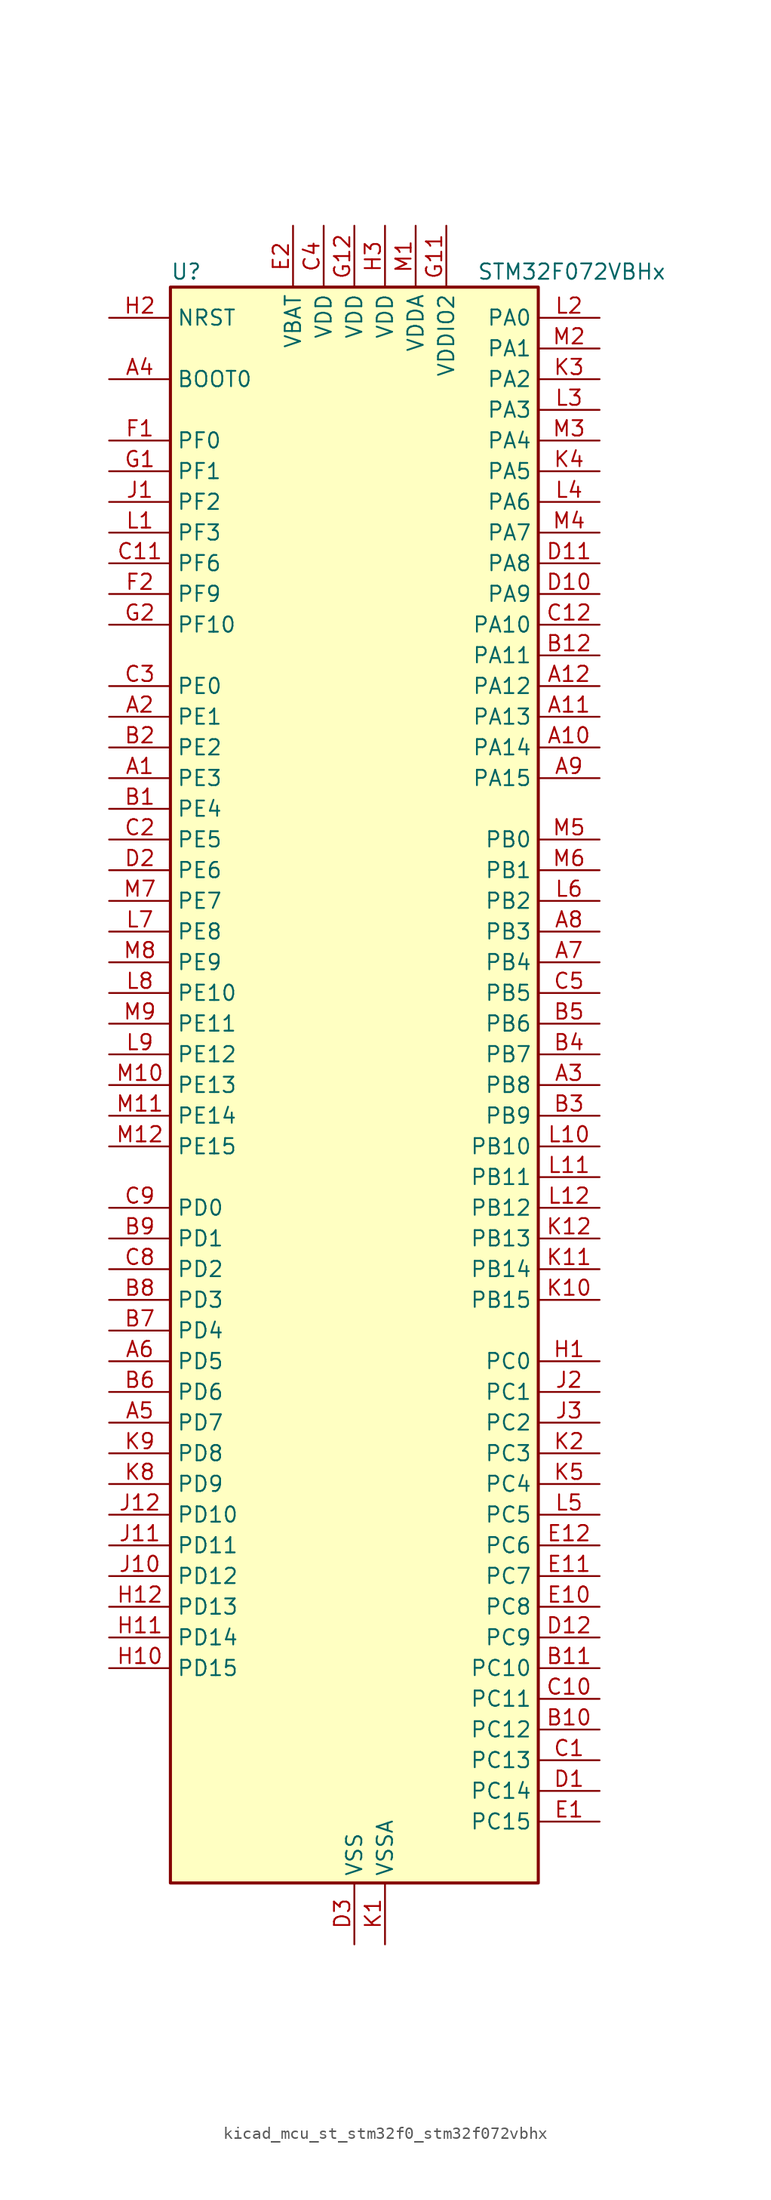
<source format=kicad_sym>
(kicad_symbol_lib
  (version 20220914)
  (generator kicad_symbol_editor)
  (symbol "kicad_mcu_st_stm32f0_stm32f072vbhx"
    (property "Reference" "U"
      (at -15.24 67.31 0)
      (effects (font (size 1.27 1.27)) (justify left)))
    (property "Value" "STM32F072VBHx"
      (at 10.16 67.31 0)
      (effects (font (size 1.27 1.27)) (justify left)))
    (property "ki_locked" ""
      (at 0 0 0)
      (effects (font (size 1.27 1.27))))
    (symbol "kicad_mcu_st_stm32f0_stm32f072vbhx_0_1"
      (rectangle (start -15.24 -66.04) (end 15.24 66.04) (stroke (width 0.254) (type default)) (fill (type background))))
    (symbol "kicad_mcu_st_stm32f0_stm32f072vbhx_1_1"
      (pin bidirectional line (at -20.32 25.4 0) (length 5.08) (name "PE3" (effects (font (size 1.27 1.27)))) (number "A1" (effects (font (size 1.27 1.27)))) (alternate "TIM3_CH1" bidirectional line) (alternate "TSC_G7_IO2" bidirectional line))
      (pin bidirectional line (at 20.32 27.94 180) (length 5.08) (name "PA14" (effects (font (size 1.27 1.27)))) (number "A10" (effects (font (size 1.27 1.27)))) (alternate "SYS_SWCLK" bidirectional line) (alternate "USART2_TX" bidirectional line))
      (pin bidirectional line (at 20.32 30.48 180) (length 5.08) (name "PA13" (effects (font (size 1.27 1.27)))) (number "A11" (effects (font (size 1.27 1.27)))) (alternate "IR_OUT" bidirectional line) (alternate "SYS_SWDIO" bidirectional line) (alternate "USB_NOE" bidirectional line))
      (pin bidirectional line (at 20.32 33.02 180) (length 5.08) (name "PA12" (effects (font (size 1.27 1.27)))) (number "A12" (effects (font (size 1.27 1.27)))) (alternate "CAN_TX" bidirectional line) (alternate "COMP2_OUT" bidirectional line) (alternate "TIM1_ETR" bidirectional line) (alternate "TSC_G4_IO4" bidirectional line) (alternate "USART1_DE" bidirectional line) (alternate "USART1_RTS" bidirectional line) (alternate "USB_DP" bidirectional line))
      (pin bidirectional line (at -20.32 30.48 0) (length 5.08) (name "PE1" (effects (font (size 1.27 1.27)))) (number "A2" (effects (font (size 1.27 1.27)))) (alternate "TIM17_CH1" bidirectional line))
      (pin bidirectional line (at 20.32 0 180) (length 5.08) (name "PB8" (effects (font (size 1.27 1.27)))) (number "A3" (effects (font (size 1.27 1.27)))) (alternate "CAN_RX" bidirectional line) (alternate "CEC" bidirectional line) (alternate "I2C1_SCL" bidirectional line) (alternate "TIM16_CH1" bidirectional line) (alternate "TSC_SYNC" bidirectional line))
      (pin input line (at -20.32 58.42 0) (length 5.08) (name "BOOT0" (effects (font (size 1.27 1.27)))) (number "A4" (effects (font (size 1.27 1.27)))))
      (pin bidirectional line (at -20.32 -27.94 0) (length 5.08) (name "PD7" (effects (font (size 1.27 1.27)))) (number "A5" (effects (font (size 1.27 1.27)))) (alternate "USART2_CK" bidirectional line))
      (pin bidirectional line (at -20.32 -22.86 0) (length 5.08) (name "PD5" (effects (font (size 1.27 1.27)))) (number "A6" (effects (font (size 1.27 1.27)))) (alternate "USART2_TX" bidirectional line))
      (pin bidirectional line (at 20.32 10.16 180) (length 5.08) (name "PB4" (effects (font (size 1.27 1.27)))) (number "A7" (effects (font (size 1.27 1.27)))) (alternate "I2S1_MCK" bidirectional line) (alternate "SPI1_MISO" bidirectional line) (alternate "TIM17_BKIN" bidirectional line) (alternate "TIM3_CH1" bidirectional line) (alternate "TSC_G5_IO2" bidirectional line))
      (pin bidirectional line (at 20.32 12.7 180) (length 5.08) (name "PB3" (effects (font (size 1.27 1.27)))) (number "A8" (effects (font (size 1.27 1.27)))) (alternate "I2S1_CK" bidirectional line) (alternate "SPI1_SCK" bidirectional line) (alternate "TIM2_CH2" bidirectional line) (alternate "TSC_G5_IO1" bidirectional line))
      (pin bidirectional line (at 20.32 25.4 180) (length 5.08) (name "PA15" (effects (font (size 1.27 1.27)))) (number "A9" (effects (font (size 1.27 1.27)))) (alternate "I2S1_WS" bidirectional line) (alternate "SPI1_NSS" bidirectional line) (alternate "TIM2_CH1" bidirectional line) (alternate "TIM2_ETR" bidirectional line) (alternate "USART2_RX" bidirectional line) (alternate "USART4_DE" bidirectional line) (alternate "USART4_RTS" bidirectional line))
      (pin bidirectional line (at -20.32 22.86 0) (length 5.08) (name "PE4" (effects (font (size 1.27 1.27)))) (number "B1" (effects (font (size 1.27 1.27)))) (alternate "TIM3_CH2" bidirectional line) (alternate "TSC_G7_IO3" bidirectional line))
      (pin bidirectional line (at 20.32 -53.34 180) (length 5.08) (name "PC12" (effects (font (size 1.27 1.27)))) (number "B10" (effects (font (size 1.27 1.27)))) (alternate "USART3_CK" bidirectional line) (alternate "USART4_CK" bidirectional line))
      (pin bidirectional line (at 20.32 -48.26 180) (length 5.08) (name "PC10" (effects (font (size 1.27 1.27)))) (number "B11" (effects (font (size 1.27 1.27)))) (alternate "USART3_TX" bidirectional line) (alternate "USART4_TX" bidirectional line))
      (pin bidirectional line (at 20.32 35.56 180) (length 5.08) (name "PA11" (effects (font (size 1.27 1.27)))) (number "B12" (effects (font (size 1.27 1.27)))) (alternate "CAN_RX" bidirectional line) (alternate "COMP1_OUT" bidirectional line) (alternate "TIM1_CH4" bidirectional line) (alternate "TSC_G4_IO3" bidirectional line) (alternate "USART1_CTS" bidirectional line) (alternate "USB_DM" bidirectional line))
      (pin bidirectional line (at -20.32 27.94 0) (length 5.08) (name "PE2" (effects (font (size 1.27 1.27)))) (number "B2" (effects (font (size 1.27 1.27)))) (alternate "TIM3_ETR" bidirectional line) (alternate "TSC_G7_IO1" bidirectional line))
      (pin bidirectional line (at 20.32 -2.54 180) (length 5.08) (name "PB9" (effects (font (size 1.27 1.27)))) (number "B3" (effects (font (size 1.27 1.27)))) (alternate "CAN_TX" bidirectional line) (alternate "DAC_EXTI9" bidirectional line) (alternate "I2C1_SDA" bidirectional line) (alternate "I2S2_WS" bidirectional line) (alternate "IR_OUT" bidirectional line) (alternate "SPI2_NSS" bidirectional line) (alternate "TIM17_CH1" bidirectional line))
      (pin bidirectional line (at 20.32 2.54 180) (length 5.08) (name "PB7" (effects (font (size 1.27 1.27)))) (number "B4" (effects (font (size 1.27 1.27)))) (alternate "I2C1_SDA" bidirectional line) (alternate "TIM17_CH1N" bidirectional line) (alternate "TSC_G5_IO4" bidirectional line) (alternate "USART1_RX" bidirectional line) (alternate "USART4_CTS" bidirectional line))
      (pin bidirectional line (at 20.32 5.08 180) (length 5.08) (name "PB6" (effects (font (size 1.27 1.27)))) (number "B5" (effects (font (size 1.27 1.27)))) (alternate "I2C1_SCL" bidirectional line) (alternate "TIM16_CH1N" bidirectional line) (alternate "TSC_G5_IO3" bidirectional line) (alternate "USART1_TX" bidirectional line))
      (pin bidirectional line (at -20.32 -25.4 0) (length 5.08) (name "PD6" (effects (font (size 1.27 1.27)))) (number "B6" (effects (font (size 1.27 1.27)))) (alternate "USART2_RX" bidirectional line))
      (pin bidirectional line (at -20.32 -20.32 0) (length 5.08) (name "PD4" (effects (font (size 1.27 1.27)))) (number "B7" (effects (font (size 1.27 1.27)))) (alternate "I2S2_SD" bidirectional line) (alternate "SPI2_MOSI" bidirectional line) (alternate "USART2_DE" bidirectional line) (alternate "USART2_RTS" bidirectional line))
      (pin bidirectional line (at -20.32 -17.78 0) (length 5.08) (name "PD3" (effects (font (size 1.27 1.27)))) (number "B8" (effects (font (size 1.27 1.27)))) (alternate "I2S2_MCK" bidirectional line) (alternate "SPI2_MISO" bidirectional line) (alternate "USART2_CTS" bidirectional line))
      (pin bidirectional line (at -20.32 -12.7 0) (length 5.08) (name "PD1" (effects (font (size 1.27 1.27)))) (number "B9" (effects (font (size 1.27 1.27)))) (alternate "CAN_TX" bidirectional line) (alternate "I2S2_CK" bidirectional line) (alternate "SPI2_SCK" bidirectional line))
      (pin bidirectional line (at 20.32 -55.88 180) (length 5.08) (name "PC13" (effects (font (size 1.27 1.27)))) (number "C1" (effects (font (size 1.27 1.27)))) (alternate "RTC_OUT_ALARM" bidirectional line) (alternate "RTC_OUT_CALIB" bidirectional line) (alternate "RTC_TAMP1" bidirectional line) (alternate "RTC_TS" bidirectional line) (alternate "SYS_WKUP2" bidirectional line))
      (pin bidirectional line (at 20.32 -50.8 180) (length 5.08) (name "PC11" (effects (font (size 1.27 1.27)))) (number "C10" (effects (font (size 1.27 1.27)))) (alternate "USART3_RX" bidirectional line) (alternate "USART4_RX" bidirectional line))
      (pin bidirectional line (at -20.32 43.18 0) (length 5.08) (name "PF6" (effects (font (size 1.27 1.27)))) (number "C11" (effects (font (size 1.27 1.27)))))
      (pin bidirectional line (at 20.32 38.1 180) (length 5.08) (name "PA10" (effects (font (size 1.27 1.27)))) (number "C12" (effects (font (size 1.27 1.27)))) (alternate "TIM17_BKIN" bidirectional line) (alternate "TIM1_CH3" bidirectional line) (alternate "TSC_G4_IO2" bidirectional line) (alternate "USART1_RX" bidirectional line))
      (pin bidirectional line (at -20.32 20.32 0) (length 5.08) (name "PE5" (effects (font (size 1.27 1.27)))) (number "C2" (effects (font (size 1.27 1.27)))) (alternate "TIM3_CH3" bidirectional line) (alternate "TSC_G7_IO4" bidirectional line))
      (pin bidirectional line (at -20.32 33.02 0) (length 5.08) (name "PE0" (effects (font (size 1.27 1.27)))) (number "C3" (effects (font (size 1.27 1.27)))) (alternate "TIM16_CH1" bidirectional line))
      (pin power_in line (at -2.54 71.12 270) (length 5.08) (name "VDD" (effects (font (size 1.27 1.27)))) (number "C4" (effects (font (size 1.27 1.27)))))
      (pin bidirectional line (at 20.32 7.62 180) (length 5.08) (name "PB5" (effects (font (size 1.27 1.27)))) (number "C5" (effects (font (size 1.27 1.27)))) (alternate "I2C1_SMBA" bidirectional line) (alternate "I2S1_SD" bidirectional line) (alternate "SPI1_MOSI" bidirectional line) (alternate "SYS_WKUP6" bidirectional line) (alternate "TIM16_BKIN" bidirectional line) (alternate "TIM3_CH2" bidirectional line))
      (pin bidirectional line (at -20.32 -15.24 0) (length 5.08) (name "PD2" (effects (font (size 1.27 1.27)))) (number "C8" (effects (font (size 1.27 1.27)))) (alternate "TIM3_ETR" bidirectional line) (alternate "USART3_DE" bidirectional line) (alternate "USART3_RTS" bidirectional line))
      (pin bidirectional line (at -20.32 -10.16 0) (length 5.08) (name "PD0" (effects (font (size 1.27 1.27)))) (number "C9" (effects (font (size 1.27 1.27)))) (alternate "CAN_RX" bidirectional line) (alternate "I2S2_WS" bidirectional line) (alternate "SPI2_NSS" bidirectional line))
      (pin bidirectional line (at 20.32 -58.42 180) (length 5.08) (name "PC14" (effects (font (size 1.27 1.27)))) (number "D1" (effects (font (size 1.27 1.27)))) (alternate "RCC_OSC32_IN" bidirectional line))
      (pin bidirectional line (at 20.32 40.64 180) (length 5.08) (name "PA9" (effects (font (size 1.27 1.27)))) (number "D10" (effects (font (size 1.27 1.27)))) (alternate "DAC_EXTI9" bidirectional line) (alternate "TIM15_BKIN" bidirectional line) (alternate "TIM1_CH2" bidirectional line) (alternate "TSC_G4_IO1" bidirectional line) (alternate "USART1_TX" bidirectional line))
      (pin bidirectional line (at 20.32 43.18 180) (length 5.08) (name "PA8" (effects (font (size 1.27 1.27)))) (number "D11" (effects (font (size 1.27 1.27)))) (alternate "CRS_SYNC" bidirectional line) (alternate "RCC_MCO" bidirectional line) (alternate "TIM1_CH1" bidirectional line) (alternate "USART1_CK" bidirectional line))
      (pin bidirectional line (at 20.32 -45.72 180) (length 5.08) (name "PC9" (effects (font (size 1.27 1.27)))) (number "D12" (effects (font (size 1.27 1.27)))) (alternate "DAC_EXTI9" bidirectional line) (alternate "TIM3_CH4" bidirectional line))
      (pin bidirectional line (at -20.32 17.78 0) (length 5.08) (name "PE6" (effects (font (size 1.27 1.27)))) (number "D2" (effects (font (size 1.27 1.27)))) (alternate "RTC_TAMP3" bidirectional line) (alternate "SYS_WKUP3" bidirectional line) (alternate "TIM3_CH4" bidirectional line))
      (pin power_in line (at 0 -71.12 90) (length 5.08) (name "VSS" (effects (font (size 1.27 1.27)))) (number "D3" (effects (font (size 1.27 1.27)))))
      (pin bidirectional line (at 20.32 -60.96 180) (length 5.08) (name "PC15" (effects (font (size 1.27 1.27)))) (number "E1" (effects (font (size 1.27 1.27)))) (alternate "RCC_OSC32_OUT" bidirectional line))
      (pin bidirectional line (at 20.32 -43.18 180) (length 5.08) (name "PC8" (effects (font (size 1.27 1.27)))) (number "E10" (effects (font (size 1.27 1.27)))) (alternate "TIM3_CH3" bidirectional line))
      (pin bidirectional line (at 20.32 -40.64 180) (length 5.08) (name "PC7" (effects (font (size 1.27 1.27)))) (number "E11" (effects (font (size 1.27 1.27)))) (alternate "TIM3_CH2" bidirectional line))
      (pin bidirectional line (at 20.32 -38.1 180) (length 5.08) (name "PC6" (effects (font (size 1.27 1.27)))) (number "E12" (effects (font (size 1.27 1.27)))) (alternate "TIM3_CH1" bidirectional line))
      (pin power_in line (at -5.08 71.12 270) (length 5.08) (name "VBAT" (effects (font (size 1.27 1.27)))) (number "E2" (effects (font (size 1.27 1.27)))))
      (pin no_connect line (at -15.24 -66.04 0) (length 5.08) hide (name "NC" (effects (font (size 1.27 1.27)))) (number "E3" (effects (font (size 1.27 1.27)))))
      (pin bidirectional line (at -20.32 53.34 0) (length 5.08) (name "PF0" (effects (font (size 1.27 1.27)))) (number "F1" (effects (font (size 1.27 1.27)))) (alternate "CRS_SYNC" bidirectional line) (alternate "RCC_OSC_IN" bidirectional line))
      (pin passive line (at 0 -71.12 90) (length 5.08) hide (name "VSS" (effects (font (size 1.27 1.27)))) (number "F11" (effects (font (size 1.27 1.27)))))
      (pin passive line (at 0 -71.12 90) (length 5.08) hide (name "VSS" (effects (font (size 1.27 1.27)))) (number "F12" (effects (font (size 1.27 1.27)))))
      (pin bidirectional line (at -20.32 40.64 0) (length 5.08) (name "PF9" (effects (font (size 1.27 1.27)))) (number "F2" (effects (font (size 1.27 1.27)))) (alternate "DAC_EXTI9" bidirectional line) (alternate "TIM15_CH1" bidirectional line))
      (pin bidirectional line (at -20.32 50.8 0) (length 5.08) (name "PF1" (effects (font (size 1.27 1.27)))) (number "G1" (effects (font (size 1.27 1.27)))) (alternate "RCC_OSC_OUT" bidirectional line))
      (pin power_in line (at 7.62 71.12 270) (length 5.08) (name "VDDIO2" (effects (font (size 1.27 1.27)))) (number "G11" (effects (font (size 1.27 1.27)))))
      (pin power_in line (at 0 71.12 270) (length 5.08) (name "VDD" (effects (font (size 1.27 1.27)))) (number "G12" (effects (font (size 1.27 1.27)))))
      (pin bidirectional line (at -20.32 38.1 0) (length 5.08) (name "PF10" (effects (font (size 1.27 1.27)))) (number "G2" (effects (font (size 1.27 1.27)))) (alternate "TIM15_CH2" bidirectional line))
      (pin bidirectional line (at 20.32 -22.86 180) (length 5.08) (name "PC0" (effects (font (size 1.27 1.27)))) (number "H1" (effects (font (size 1.27 1.27)))) (alternate "ADC_IN10" bidirectional line))
      (pin bidirectional line (at -20.32 -48.26 0) (length 5.08) (name "PD15" (effects (font (size 1.27 1.27)))) (number "H10" (effects (font (size 1.27 1.27)))) (alternate "CRS_SYNC" bidirectional line) (alternate "TSC_G8_IO4" bidirectional line))
      (pin bidirectional line (at -20.32 -45.72 0) (length 5.08) (name "PD14" (effects (font (size 1.27 1.27)))) (number "H11" (effects (font (size 1.27 1.27)))) (alternate "TSC_G8_IO3" bidirectional line))
      (pin bidirectional line (at -20.32 -43.18 0) (length 5.08) (name "PD13" (effects (font (size 1.27 1.27)))) (number "H12" (effects (font (size 1.27 1.27)))) (alternate "TSC_G8_IO2" bidirectional line))
      (pin input line (at -20.32 63.5 0) (length 5.08) (name "NRST" (effects (font (size 1.27 1.27)))) (number "H2" (effects (font (size 1.27 1.27)))))
      (pin power_in line (at 2.54 71.12 270) (length 5.08) (name "VDD" (effects (font (size 1.27 1.27)))) (number "H3" (effects (font (size 1.27 1.27)))))
      (pin bidirectional line (at -20.32 48.26 0) (length 5.08) (name "PF2" (effects (font (size 1.27 1.27)))) (number "J1" (effects (font (size 1.27 1.27)))) (alternate "SYS_WKUP8" bidirectional line))
      (pin bidirectional line (at -20.32 -40.64 0) (length 5.08) (name "PD12" (effects (font (size 1.27 1.27)))) (number "J10" (effects (font (size 1.27 1.27)))) (alternate "TSC_G8_IO1" bidirectional line) (alternate "USART3_DE" bidirectional line) (alternate "USART3_RTS" bidirectional line))
      (pin bidirectional line (at -20.32 -38.1 0) (length 5.08) (name "PD11" (effects (font (size 1.27 1.27)))) (number "J11" (effects (font (size 1.27 1.27)))) (alternate "USART3_CTS" bidirectional line))
      (pin bidirectional line (at -20.32 -35.56 0) (length 5.08) (name "PD10" (effects (font (size 1.27 1.27)))) (number "J12" (effects (font (size 1.27 1.27)))) (alternate "USART3_CK" bidirectional line))
      (pin bidirectional line (at 20.32 -25.4 180) (length 5.08) (name "PC1" (effects (font (size 1.27 1.27)))) (number "J2" (effects (font (size 1.27 1.27)))) (alternate "ADC_IN11" bidirectional line))
      (pin bidirectional line (at 20.32 -27.94 180) (length 5.08) (name "PC2" (effects (font (size 1.27 1.27)))) (number "J3" (effects (font (size 1.27 1.27)))) (alternate "ADC_IN12" bidirectional line) (alternate "I2S2_MCK" bidirectional line) (alternate "SPI2_MISO" bidirectional line))
      (pin power_in line (at 2.54 -71.12 90) (length 5.08) (name "VSSA" (effects (font (size 1.27 1.27)))) (number "K1" (effects (font (size 1.27 1.27)))))
      (pin bidirectional line (at 20.32 -17.78 180) (length 5.08) (name "PB15" (effects (font (size 1.27 1.27)))) (number "K10" (effects (font (size 1.27 1.27)))) (alternate "I2S2_SD" bidirectional line) (alternate "RTC_REFIN" bidirectional line) (alternate "SPI2_MOSI" bidirectional line) (alternate "SYS_WKUP7" bidirectional line) (alternate "TIM15_CH1N" bidirectional line) (alternate "TIM15_CH2" bidirectional line) (alternate "TIM1_CH3N" bidirectional line))
      (pin bidirectional line (at 20.32 -15.24 180) (length 5.08) (name "PB14" (effects (font (size 1.27 1.27)))) (number "K11" (effects (font (size 1.27 1.27)))) (alternate "I2C2_SDA" bidirectional line) (alternate "I2S2_MCK" bidirectional line) (alternate "SPI2_MISO" bidirectional line) (alternate "TIM15_CH1" bidirectional line) (alternate "TIM1_CH2N" bidirectional line) (alternate "TSC_G6_IO4" bidirectional line) (alternate "USART3_DE" bidirectional line) (alternate "USART3_RTS" bidirectional line))
      (pin bidirectional line (at 20.32 -12.7 180) (length 5.08) (name "PB13" (effects (font (size 1.27 1.27)))) (number "K12" (effects (font (size 1.27 1.27)))) (alternate "I2C2_SCL" bidirectional line) (alternate "I2S2_CK" bidirectional line) (alternate "SPI2_SCK" bidirectional line) (alternate "TIM1_CH1N" bidirectional line) (alternate "TSC_G6_IO3" bidirectional line) (alternate "USART3_CTS" bidirectional line))
      (pin bidirectional line (at 20.32 -30.48 180) (length 5.08) (name "PC3" (effects (font (size 1.27 1.27)))) (number "K2" (effects (font (size 1.27 1.27)))) (alternate "ADC_IN13" bidirectional line) (alternate "I2S2_SD" bidirectional line) (alternate "SPI2_MOSI" bidirectional line))
      (pin bidirectional line (at 20.32 58.42 180) (length 5.08) (name "PA2" (effects (font (size 1.27 1.27)))) (number "K3" (effects (font (size 1.27 1.27)))) (alternate "ADC_IN2" bidirectional line) (alternate "COMP2_INM" bidirectional line) (alternate "COMP2_OUT" bidirectional line) (alternate "SYS_WKUP4" bidirectional line) (alternate "TIM15_CH1" bidirectional line) (alternate "TIM2_CH3" bidirectional line) (alternate "TSC_G1_IO3" bidirectional line) (alternate "USART2_TX" bidirectional line))
      (pin bidirectional line (at 20.32 50.8 180) (length 5.08) (name "PA5" (effects (font (size 1.27 1.27)))) (number "K4" (effects (font (size 1.27 1.27)))) (alternate "ADC_IN5" bidirectional line) (alternate "CEC" bidirectional line) (alternate "COMP1_INM" bidirectional line) (alternate "COMP2_INM" bidirectional line) (alternate "DAC_OUT2" bidirectional line) (alternate "I2S1_CK" bidirectional line) (alternate "SPI1_SCK" bidirectional line) (alternate "TIM2_CH1" bidirectional line) (alternate "TIM2_ETR" bidirectional line) (alternate "TSC_G2_IO2" bidirectional line))
      (pin bidirectional line (at 20.32 -33.02 180) (length 5.08) (name "PC4" (effects (font (size 1.27 1.27)))) (number "K5" (effects (font (size 1.27 1.27)))) (alternate "ADC_IN14" bidirectional line) (alternate "USART3_TX" bidirectional line))
      (pin bidirectional line (at -20.32 -33.02 0) (length 5.08) (name "PD9" (effects (font (size 1.27 1.27)))) (number "K8" (effects (font (size 1.27 1.27)))) (alternate "DAC_EXTI9" bidirectional line) (alternate "USART3_RX" bidirectional line))
      (pin bidirectional line (at -20.32 -30.48 0) (length 5.08) (name "PD8" (effects (font (size 1.27 1.27)))) (number "K9" (effects (font (size 1.27 1.27)))) (alternate "USART3_TX" bidirectional line))
      (pin bidirectional line (at -20.32 45.72 0) (length 5.08) (name "PF3" (effects (font (size 1.27 1.27)))) (number "L1" (effects (font (size 1.27 1.27)))))
      (pin bidirectional line (at 20.32 -5.08 180) (length 5.08) (name "PB10" (effects (font (size 1.27 1.27)))) (number "L10" (effects (font (size 1.27 1.27)))) (alternate "CEC" bidirectional line) (alternate "I2C2_SCL" bidirectional line) (alternate "I2S2_CK" bidirectional line) (alternate "SPI2_SCK" bidirectional line) (alternate "TIM2_CH3" bidirectional line) (alternate "TSC_SYNC" bidirectional line) (alternate "USART3_TX" bidirectional line))
      (pin bidirectional line (at 20.32 -7.62 180) (length 5.08) (name "PB11" (effects (font (size 1.27 1.27)))) (number "L11" (effects (font (size 1.27 1.27)))) (alternate "I2C2_SDA" bidirectional line) (alternate "TIM2_CH4" bidirectional line) (alternate "TSC_G6_IO1" bidirectional line) (alternate "USART3_RX" bidirectional line))
      (pin bidirectional line (at 20.32 -10.16 180) (length 5.08) (name "PB12" (effects (font (size 1.27 1.27)))) (number "L12" (effects (font (size 1.27 1.27)))) (alternate "I2S2_WS" bidirectional line) (alternate "SPI2_NSS" bidirectional line) (alternate "TIM15_BKIN" bidirectional line) (alternate "TIM1_BKIN" bidirectional line) (alternate "TSC_G6_IO2" bidirectional line) (alternate "USART3_CK" bidirectional line))
      (pin bidirectional line (at 20.32 63.5 180) (length 5.08) (name "PA0" (effects (font (size 1.27 1.27)))) (number "L2" (effects (font (size 1.27 1.27)))) (alternate "ADC_IN0" bidirectional line) (alternate "COMP1_INM" bidirectional line) (alternate "COMP1_OUT" bidirectional line) (alternate "RTC_TAMP2" bidirectional line) (alternate "SYS_WKUP1" bidirectional line) (alternate "TIM2_CH1" bidirectional line) (alternate "TIM2_ETR" bidirectional line) (alternate "TSC_G1_IO1" bidirectional line) (alternate "USART2_CTS" bidirectional line) (alternate "USART4_TX" bidirectional line))
      (pin bidirectional line (at 20.32 55.88 180) (length 5.08) (name "PA3" (effects (font (size 1.27 1.27)))) (number "L3" (effects (font (size 1.27 1.27)))) (alternate "ADC_IN3" bidirectional line) (alternate "COMP2_INP" bidirectional line) (alternate "TIM15_CH2" bidirectional line) (alternate "TIM2_CH4" bidirectional line) (alternate "TSC_G1_IO4" bidirectional line) (alternate "USART2_RX" bidirectional line))
      (pin bidirectional line (at 20.32 48.26 180) (length 5.08) (name "PA6" (effects (font (size 1.27 1.27)))) (number "L4" (effects (font (size 1.27 1.27)))) (alternate "ADC_IN6" bidirectional line) (alternate "COMP1_OUT" bidirectional line) (alternate "I2S1_MCK" bidirectional line) (alternate "SPI1_MISO" bidirectional line) (alternate "TIM16_CH1" bidirectional line) (alternate "TIM1_BKIN" bidirectional line) (alternate "TIM3_CH1" bidirectional line) (alternate "TSC_G2_IO3" bidirectional line) (alternate "USART3_CTS" bidirectional line))
      (pin bidirectional line (at 20.32 -35.56 180) (length 5.08) (name "PC5" (effects (font (size 1.27 1.27)))) (number "L5" (effects (font (size 1.27 1.27)))) (alternate "ADC_IN15" bidirectional line) (alternate "SYS_WKUP5" bidirectional line) (alternate "TSC_G3_IO1" bidirectional line) (alternate "USART3_RX" bidirectional line))
      (pin bidirectional line (at 20.32 15.24 180) (length 5.08) (name "PB2" (effects (font (size 1.27 1.27)))) (number "L6" (effects (font (size 1.27 1.27)))) (alternate "TSC_G3_IO4" bidirectional line))
      (pin bidirectional line (at -20.32 12.7 0) (length 5.08) (name "PE8" (effects (font (size 1.27 1.27)))) (number "L7" (effects (font (size 1.27 1.27)))) (alternate "TIM1_CH1N" bidirectional line))
      (pin bidirectional line (at -20.32 7.62 0) (length 5.08) (name "PE10" (effects (font (size 1.27 1.27)))) (number "L8" (effects (font (size 1.27 1.27)))) (alternate "TIM1_CH2N" bidirectional line))
      (pin bidirectional line (at -20.32 2.54 0) (length 5.08) (name "PE12" (effects (font (size 1.27 1.27)))) (number "L9" (effects (font (size 1.27 1.27)))) (alternate "I2S1_WS" bidirectional line) (alternate "SPI1_NSS" bidirectional line) (alternate "TIM1_CH3N" bidirectional line))
      (pin power_in line (at 5.08 71.12 270) (length 5.08) (name "VDDA" (effects (font (size 1.27 1.27)))) (number "M1" (effects (font (size 1.27 1.27)))))
      (pin bidirectional line (at -20.32 0 0) (length 5.08) (name "PE13" (effects (font (size 1.27 1.27)))) (number "M10" (effects (font (size 1.27 1.27)))) (alternate "I2S1_CK" bidirectional line) (alternate "SPI1_SCK" bidirectional line) (alternate "TIM1_CH3" bidirectional line))
      (pin bidirectional line (at -20.32 -2.54 0) (length 5.08) (name "PE14" (effects (font (size 1.27 1.27)))) (number "M11" (effects (font (size 1.27 1.27)))) (alternate "I2S1_MCK" bidirectional line) (alternate "SPI1_MISO" bidirectional line) (alternate "TIM1_CH4" bidirectional line))
      (pin bidirectional line (at -20.32 -5.08 0) (length 5.08) (name "PE15" (effects (font (size 1.27 1.27)))) (number "M12" (effects (font (size 1.27 1.27)))) (alternate "I2S1_SD" bidirectional line) (alternate "SPI1_MOSI" bidirectional line) (alternate "TIM1_BKIN" bidirectional line))
      (pin bidirectional line (at 20.32 60.96 180) (length 5.08) (name "PA1" (effects (font (size 1.27 1.27)))) (number "M2" (effects (font (size 1.27 1.27)))) (alternate "ADC_IN1" bidirectional line) (alternate "COMP1_INP" bidirectional line) (alternate "TIM15_CH1N" bidirectional line) (alternate "TIM2_CH2" bidirectional line) (alternate "TSC_G1_IO2" bidirectional line) (alternate "USART2_DE" bidirectional line) (alternate "USART2_RTS" bidirectional line) (alternate "USART4_RX" bidirectional line))
      (pin bidirectional line (at 20.32 53.34 180) (length 5.08) (name "PA4" (effects (font (size 1.27 1.27)))) (number "M3" (effects (font (size 1.27 1.27)))) (alternate "ADC_IN4" bidirectional line) (alternate "COMP1_INM" bidirectional line) (alternate "COMP2_INM" bidirectional line) (alternate "DAC_OUT1" bidirectional line) (alternate "I2S1_WS" bidirectional line) (alternate "SPI1_NSS" bidirectional line) (alternate "TIM14_CH1" bidirectional line) (alternate "TSC_G2_IO1" bidirectional line) (alternate "USART2_CK" bidirectional line))
      (pin bidirectional line (at 20.32 45.72 180) (length 5.08) (name "PA7" (effects (font (size 1.27 1.27)))) (number "M4" (effects (font (size 1.27 1.27)))) (alternate "ADC_IN7" bidirectional line) (alternate "COMP2_OUT" bidirectional line) (alternate "I2S1_SD" bidirectional line) (alternate "SPI1_MOSI" bidirectional line) (alternate "TIM14_CH1" bidirectional line) (alternate "TIM17_CH1" bidirectional line) (alternate "TIM1_CH1N" bidirectional line) (alternate "TIM3_CH2" bidirectional line) (alternate "TSC_G2_IO4" bidirectional line))
      (pin bidirectional line (at 20.32 20.32 180) (length 5.08) (name "PB0" (effects (font (size 1.27 1.27)))) (number "M5" (effects (font (size 1.27 1.27)))) (alternate "ADC_IN8" bidirectional line) (alternate "TIM1_CH2N" bidirectional line) (alternate "TIM3_CH3" bidirectional line) (alternate "TSC_G3_IO2" bidirectional line) (alternate "USART3_CK" bidirectional line))
      (pin bidirectional line (at 20.32 17.78 180) (length 5.08) (name "PB1" (effects (font (size 1.27 1.27)))) (number "M6" (effects (font (size 1.27 1.27)))) (alternate "ADC_IN9" bidirectional line) (alternate "TIM14_CH1" bidirectional line) (alternate "TIM1_CH3N" bidirectional line) (alternate "TIM3_CH4" bidirectional line) (alternate "TSC_G3_IO3" bidirectional line) (alternate "USART3_DE" bidirectional line) (alternate "USART3_RTS" bidirectional line))
      (pin bidirectional line (at -20.32 15.24 0) (length 5.08) (name "PE7" (effects (font (size 1.27 1.27)))) (number "M7" (effects (font (size 1.27 1.27)))) (alternate "TIM1_ETR" bidirectional line))
      (pin bidirectional line (at -20.32 10.16 0) (length 5.08) (name "PE9" (effects (font (size 1.27 1.27)))) (number "M8" (effects (font (size 1.27 1.27)))) (alternate "DAC_EXTI9" bidirectional line) (alternate "TIM1_CH1" bidirectional line))
      (pin bidirectional line (at -20.32 5.08 0) (length 5.08) (name "PE11" (effects (font (size 1.27 1.27)))) (number "M9" (effects (font (size 1.27 1.27)))) (alternate "TIM1_CH2" bidirectional line)))))
</source>
